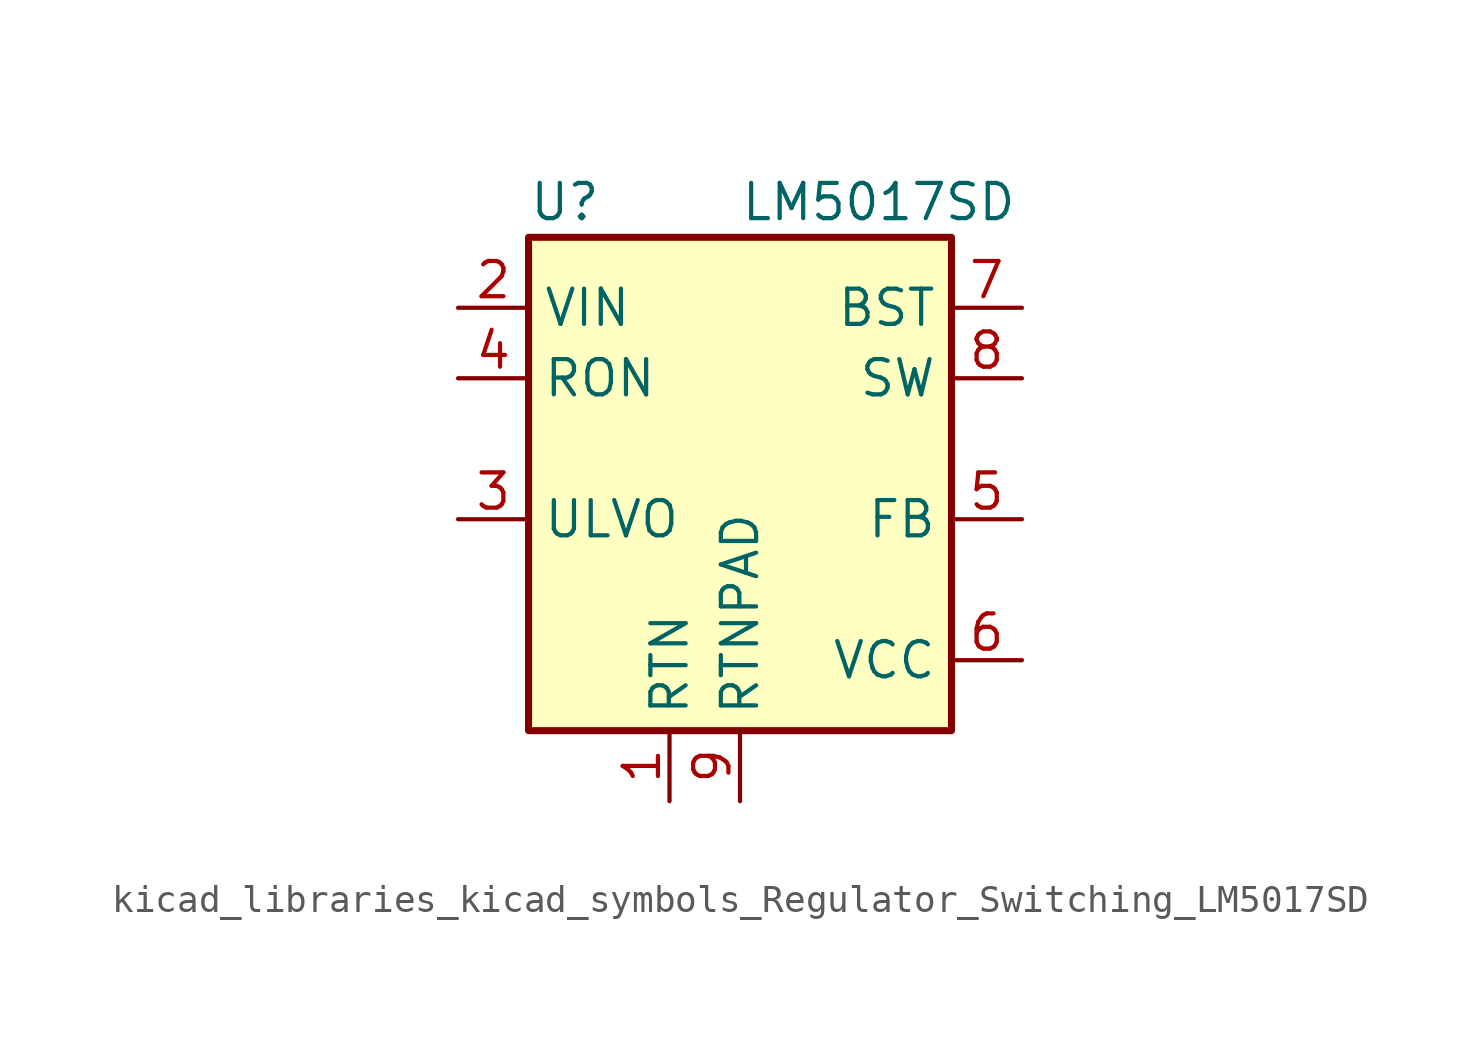
<source format=kicad_sym>
(kicad_symbol_lib
  (version 20220914)
  (generator kicad_symbol_editor)
  (symbol "kicad_libraries_kicad_symbols_Regulator_Switching_LM5017SD"
    (property "Reference" "U"
      (at -7.62 8.89 0)
      (effects (font (size 1.27 1.27)) (justify left)))
    (property "Value" "LM5017SD"
      (at 0 8.89 0)
      (effects (font (size 1.27 1.27)) (justify left)))
    (symbol "kicad_libraries_kicad_symbols_Regulator_Switching_LM5017SD_0_1"
      (rectangle (start -7.62 7.62) (end 7.62 -10.16) (stroke (width 0.254) (type default)) (fill (type background))))
    (symbol "kicad_libraries_kicad_symbols_Regulator_Switching_LM5017SD_1_1"
      (pin power_in line (at -2.54 -12.7 90) (length 2.54) (name "RTN" (effects (font (size 1.27 1.27)))) (number "1" (effects (font (size 1.27 1.27)))))
      (pin power_in line (at -10.16 5.08 0) (length 2.54) (name "VIN" (effects (font (size 1.27 1.27)))) (number "2" (effects (font (size 1.27 1.27)))))
      (pin input line (at -10.16 -2.54 0) (length 2.54) (name "ULVO" (effects (font (size 1.27 1.27)))) (number "3" (effects (font (size 1.27 1.27)))))
      (pin input line (at -10.16 2.54 0) (length 2.54) (name "RON" (effects (font (size 1.27 1.27)))) (number "4" (effects (font (size 1.27 1.27)))))
      (pin input line (at 10.16 -2.54 180) (length 2.54) (name "FB" (effects (font (size 1.27 1.27)))) (number "5" (effects (font (size 1.27 1.27)))))
      (pin output line (at 10.16 -7.62 180) (length 2.54) (name "VCC" (effects (font (size 1.27 1.27)))) (number "6" (effects (font (size 1.27 1.27)))))
      (pin input line (at 10.16 5.08 180) (length 2.54) (name "BST" (effects (font (size 1.27 1.27)))) (number "7" (effects (font (size 1.27 1.27)))))
      (pin output line (at 10.16 2.54 180) (length 2.54) (name "SW" (effects (font (size 1.27 1.27)))) (number "8" (effects (font (size 1.27 1.27)))))
      (pin power_in line (at 0 -12.7 90) (length 2.54) (name "RTNPAD" (effects (font (size 1.27 1.27)))) (number "9" (effects (font (size 1.27 1.27))))))))
</source>
